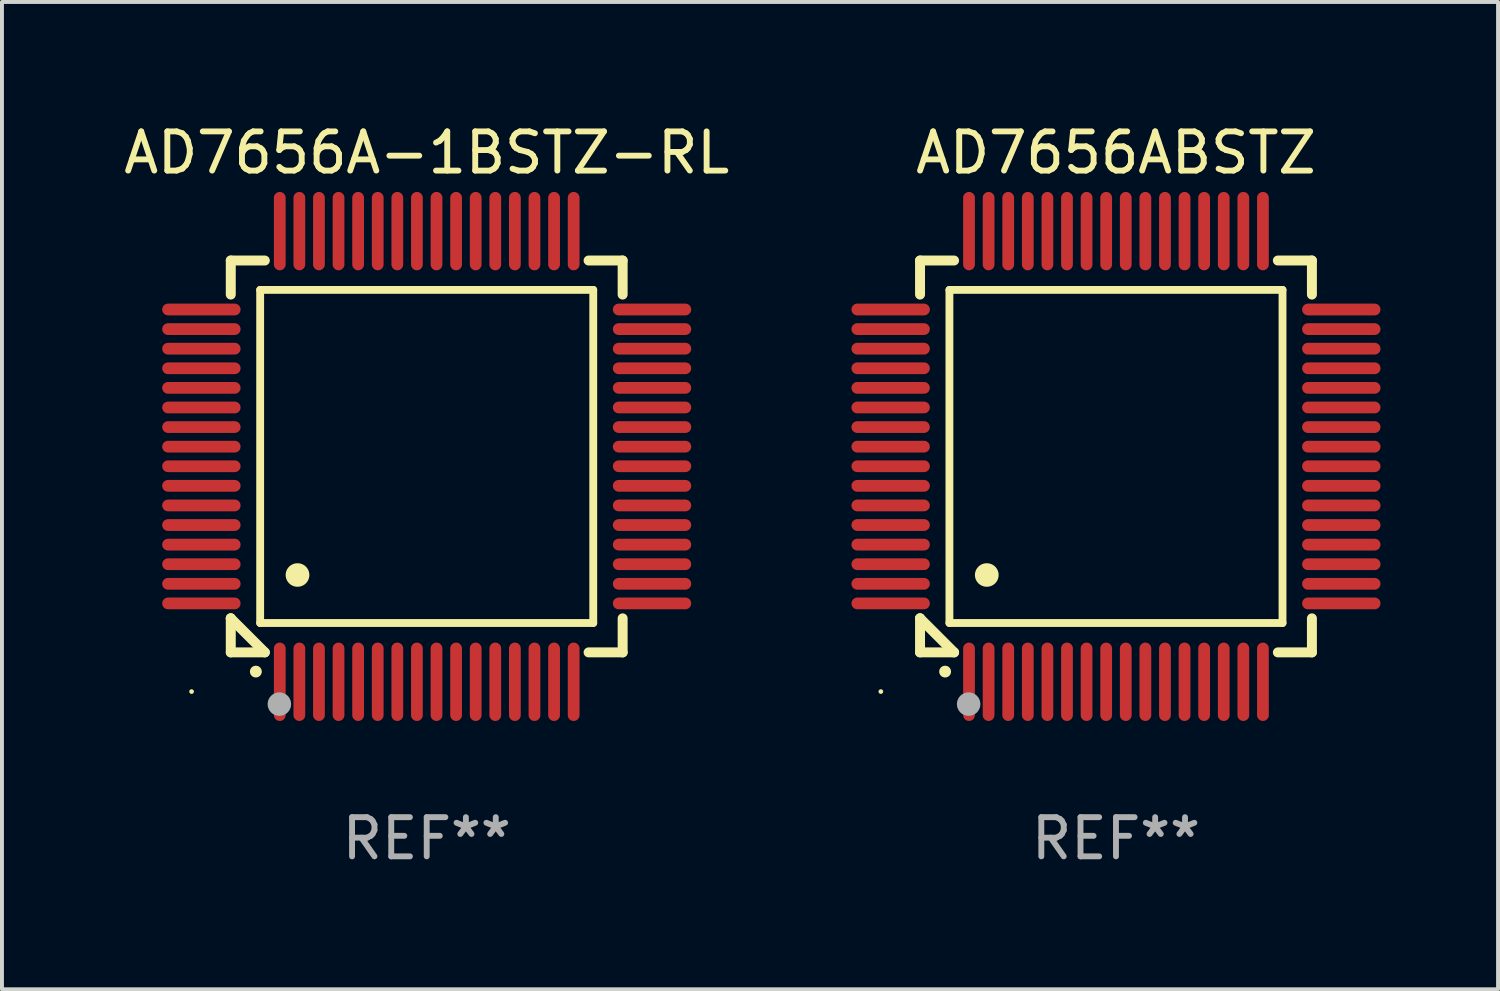
<source format=kicad_pcb>
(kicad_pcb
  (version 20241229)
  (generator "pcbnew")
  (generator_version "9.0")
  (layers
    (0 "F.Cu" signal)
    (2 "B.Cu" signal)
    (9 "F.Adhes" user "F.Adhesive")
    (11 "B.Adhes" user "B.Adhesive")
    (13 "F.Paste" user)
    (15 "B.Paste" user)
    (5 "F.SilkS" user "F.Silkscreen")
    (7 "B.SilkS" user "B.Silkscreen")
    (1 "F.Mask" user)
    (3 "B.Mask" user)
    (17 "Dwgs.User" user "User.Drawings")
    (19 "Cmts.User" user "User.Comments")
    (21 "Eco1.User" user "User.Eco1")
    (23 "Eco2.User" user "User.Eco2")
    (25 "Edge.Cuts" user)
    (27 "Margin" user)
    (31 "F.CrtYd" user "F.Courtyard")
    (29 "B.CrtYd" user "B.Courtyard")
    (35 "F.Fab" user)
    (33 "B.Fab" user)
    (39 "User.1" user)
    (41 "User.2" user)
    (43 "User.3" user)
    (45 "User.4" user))
  (footprint "AD7656ABSTZ"
    (layer "F.Cu")
    (at 25.428 8.598)
    (property "Reference" "AD7656ABSTZ" (at 0 -7.75 0) (layer "F.SilkS") (effects (font (size 1 1) (thickness 0.15))))
    (attr through_hole)
    (fp_line (start -5 -5) (end -4.131 -5) (stroke (width 0.254) (type solid)) (layer "F.SilkS"))
    (fp_line (start -5 -4.131) (end -5 -5) (stroke (width 0.254) (type solid)) (layer "F.SilkS"))
    (fp_line (start -5 4.131) (end -5 4.131) (stroke (width 0.254) (type solid)) (layer "F.SilkS"))
    (fp_line (start -5 5) (end -5 4.131) (stroke (width 0.254) (type solid)) (layer "F.SilkS"))
    (fp_line (start -5 4.131) (end -4.131 5) (stroke (width 0.254) (type solid)) (layer "F.SilkS"))
    (fp_line (start -4.25 -4.25) (end -4.25 4.25) (stroke (width 0.2) (type solid)) (layer "F.SilkS"))
    (fp_line (start -4.25 4.25) (end 4.25 4.25) (stroke (width 0.2) (type solid)) (layer "F.SilkS"))
    (fp_line (start -4.131 5) (end -5 5) (stroke (width 0.254) (type solid)) (layer "F.SilkS"))
    (fp_line (start 4.25 -4.25) (end -4.25 -4.25) (stroke (width 0.2) (type solid)) (layer "F.SilkS"))
    (fp_line (start 4.25 4.25) (end 4.25 -4.25) (stroke (width 0.2) (type solid)) (layer "F.SilkS"))
    (fp_line (start 5 -5) (end 4.131 -5) (stroke (width 0.254) (type solid)) (layer "F.SilkS"))
    (fp_line (start 5 -5) (end 5 -4.131) (stroke (width 0.254) (type solid)) (layer "F.SilkS"))
    (fp_line (start 5 4.131) (end 5 5) (stroke (width 0.254) (type solid)) (layer "F.SilkS"))
    (fp_line (start 5 5) (end 4.131 5) (stroke (width 0.254) (type solid)) (layer "F.SilkS"))
    (fp_arc (start -4.361265 5.489992) (mid -4.359995 5.489987) (end -4.358725 5.489992) (stroke (width 0.3) (type solid)) (layer "F.SilkS"))
    (fp_arc (start -3.299467 3.025146) (mid -3.296927 3.025135) (end -3.294387 3.025146) (stroke (width 0.6) (type solid)) (layer "F.SilkS"))
    (fp_circle (center -6 6) (end -5.97 6) (stroke (width 0.06) (type solid)) (fill no) (layer "F.SilkS"))
    (fp_circle (center -3.76 6.32) (end -3.61 6.32) (stroke (width 0.3) (type solid)) (fill no) (layer "F.Fab"))
    (fp_text user "REF**" (at 0 9.75 0) (layer "F.Fab") (effects (font (size 1 1) (thickness 0.15))))
    (pad "1" smd oval (at -3.75 5.75) (size 0.3 2) (layers "F.Cu" "F.Mask" "F.Paste"))
    (pad "2" smd oval (at -3.25 5.75) (size 0.3 2) (layers "F.Cu" "F.Mask" "F.Paste"))
    (pad "3" smd oval (at -2.75 5.75) (size 0.3 2) (layers "F.Cu" "F.Mask" "F.Paste"))
    (pad "4" smd oval (at -2.25 5.75) (size 0.3 2) (layers "F.Cu" "F.Mask" "F.Paste"))
    (pad "5" smd oval (at -1.75 5.75) (size 0.3 2) (layers "F.Cu" "F.Mask" "F.Paste"))
    (pad "6" smd oval (at -1.25 5.75) (size 0.3 2) (layers "F.Cu" "F.Mask" "F.Paste"))
    (pad "7" smd oval (at -0.75 5.75) (size 0.3 2) (layers "F.Cu" "F.Mask" "F.Paste"))
    (pad "8" smd oval (at -0.25 5.75) (size 0.3 2) (layers "F.Cu" "F.Mask" "F.Paste"))
    (pad "9" smd oval (at 0.25 5.75) (size 0.3 2) (layers "F.Cu" "F.Mask" "F.Paste"))
    (pad "10" smd oval (at 0.75 5.75) (size 0.3 2) (layers "F.Cu" "F.Mask" "F.Paste"))
    (pad "11" smd oval (at 1.25 5.75) (size 0.3 2) (layers "F.Cu" "F.Mask" "F.Paste"))
    (pad "12" smd oval (at 1.75 5.75) (size 0.3 2) (layers "F.Cu" "F.Mask" "F.Paste"))
    (pad "13" smd oval (at 2.25 5.75) (size 0.3 2) (layers "F.Cu" "F.Mask" "F.Paste"))
    (pad "14" smd oval (at 2.75 5.75) (size 0.3 2) (layers "F.Cu" "F.Mask" "F.Paste"))
    (pad "15" smd oval (at 3.25 5.75) (size 0.3 2) (layers "F.Cu" "F.Mask" "F.Paste"))
    (pad "16" smd oval (at 3.75 5.75) (size 0.3 2) (layers "F.Cu" "F.Mask" "F.Paste"))
    (pad "17" smd oval (at 5.75 3.75) (size 2 0.3) (layers "F.Cu" "F.Mask" "F.Paste"))
    (pad "18" smd oval (at 5.75 3.25) (size 2 0.3) (layers "F.Cu" "F.Mask" "F.Paste"))
    (pad "19" smd oval (at 5.75 2.75) (size 2 0.3) (layers "F.Cu" "F.Mask" "F.Paste"))
    (pad "20" smd oval (at 5.75 2.25) (size 2 0.3) (layers "F.Cu" "F.Mask" "F.Paste"))
    (pad "21" smd oval (at 5.75 1.75) (size 2 0.3) (layers "F.Cu" "F.Mask" "F.Paste"))
    (pad "22" smd oval (at 5.75 1.25) (size 2 0.3) (layers "F.Cu" "F.Mask" "F.Paste"))
    (pad "23" smd oval (at 5.75 0.75) (size 2 0.3) (layers "F.Cu" "F.Mask" "F.Paste"))
    (pad "24" smd oval (at 5.75 0.25) (size 2 0.3) (layers "F.Cu" "F.Mask" "F.Paste"))
    (pad "25" smd oval (at 5.75 -0.25) (size 2 0.3) (layers "F.Cu" "F.Mask" "F.Paste"))
    (pad "26" smd oval (at 5.75 -0.75) (size 2 0.3) (layers "F.Cu" "F.Mask" "F.Paste"))
    (pad "27" smd oval (at 5.75 -1.25) (size 2 0.3) (layers "F.Cu" "F.Mask" "F.Paste"))
    (pad "28" smd oval (at 5.75 -1.75) (size 2 0.3) (layers "F.Cu" "F.Mask" "F.Paste"))
    (pad "29" smd oval (at 5.75 -2.25) (size 2 0.3) (layers "F.Cu" "F.Mask" "F.Paste"))
    (pad "30" smd oval (at 5.75 -2.75) (size 2 0.3) (layers "F.Cu" "F.Mask" "F.Paste"))
    (pad "31" smd oval (at 5.75 -3.25) (size 2 0.3) (layers "F.Cu" "F.Mask" "F.Paste"))
    (pad "32" smd oval (at 5.75 -3.75) (size 2 0.3) (layers "F.Cu" "F.Mask" "F.Paste"))
    (pad "33" smd oval (at 3.75 -5.75) (size 0.3 2) (layers "F.Cu" "F.Mask" "F.Paste"))
    (pad "34" smd oval (at 3.25 -5.75) (size 0.3 2) (layers "F.Cu" "F.Mask" "F.Paste"))
    (pad "35" smd oval (at 2.75 -5.75) (size 0.3 2) (layers "F.Cu" "F.Mask" "F.Paste"))
    (pad "36" smd oval (at 2.25 -5.75) (size 0.3 2) (layers "F.Cu" "F.Mask" "F.Paste"))
    (pad "37" smd oval (at 1.75 -5.75) (size 0.3 2) (layers "F.Cu" "F.Mask" "F.Paste"))
    (pad "38" smd oval (at 1.25 -5.75) (size 0.3 2) (layers "F.Cu" "F.Mask" "F.Paste"))
    (pad "39" smd oval (at 0.75 -5.75) (size 0.3 2) (layers "F.Cu" "F.Mask" "F.Paste"))
    (pad "40" smd oval (at 0.25 -5.75) (size 0.3 2) (layers "F.Cu" "F.Mask" "F.Paste"))
    (pad "41" smd oval (at -0.25 -5.75) (size 0.3 2) (layers "F.Cu" "F.Mask" "F.Paste"))
    (pad "42" smd oval (at -0.75 -5.75) (size 0.3 2) (layers "F.Cu" "F.Mask" "F.Paste"))
    (pad "43" smd oval (at -1.25 -5.75) (size 0.3 2) (layers "F.Cu" "F.Mask" "F.Paste"))
    (pad "44" smd oval (at -1.75 -5.75) (size 0.3 2) (layers "F.Cu" "F.Mask" "F.Paste"))
    (pad "45" smd oval (at -2.25 -5.75) (size 0.3 2) (layers "F.Cu" "F.Mask" "F.Paste"))
    (pad "46" smd oval (at -2.75 -5.75) (size 0.3 2) (layers "F.Cu" "F.Mask" "F.Paste"))
    (pad "47" smd oval (at -3.25 -5.75) (size 0.3 2) (layers "F.Cu" "F.Mask" "F.Paste"))
    (pad "48" smd oval (at -3.75 -5.75) (size 0.3 2) (layers "F.Cu" "F.Mask" "F.Paste"))
    (pad "49" smd oval (at -5.75 -3.75) (size 2 0.3) (layers "F.Cu" "F.Mask" "F.Paste"))
    (pad "50" smd oval (at -5.75 -3.25) (size 2 0.3) (layers "F.Cu" "F.Mask" "F.Paste"))
    (pad "51" smd oval (at -5.75 -2.75) (size 2 0.3) (layers "F.Cu" "F.Mask" "F.Paste"))
    (pad "52" smd oval (at -5.75 -2.25) (size 2 0.3) (layers "F.Cu" "F.Mask" "F.Paste"))
    (pad "53" smd oval (at -5.75 -1.75) (size 2 0.3) (layers "F.Cu" "F.Mask" "F.Paste"))
    (pad "54" smd oval (at -5.75 -1.25) (size 2 0.3) (layers "F.Cu" "F.Mask" "F.Paste"))
    (pad "55" smd oval (at -5.75 -0.75) (size 2 0.3) (layers "F.Cu" "F.Mask" "F.Paste"))
    (pad "56" smd oval (at -5.75 -0.25) (size 2 0.3) (layers "F.Cu" "F.Mask" "F.Paste"))
    (pad "57" smd oval (at -5.75 0.25) (size 2 0.3) (layers "F.Cu" "F.Mask" "F.Paste"))
    (pad "58" smd oval (at -5.75 0.75) (size 2 0.3) (layers "F.Cu" "F.Mask" "F.Paste"))
    (pad "59" smd oval (at -5.75 1.25) (size 2 0.3) (layers "F.Cu" "F.Mask" "F.Paste"))
    (pad "60" smd oval (at -5.75 1.75) (size 2 0.3) (layers "F.Cu" "F.Mask" "F.Paste"))
    (pad "61" smd oval (at -5.75 2.25) (size 2 0.3) (layers "F.Cu" "F.Mask" "F.Paste"))
    (pad "62" smd oval (at -5.75 2.75) (size 2 0.3) (layers "F.Cu" "F.Mask" "F.Paste"))
    (pad "63" smd oval (at -5.75 3.25) (size 2 0.3) (layers "F.Cu" "F.Mask" "F.Paste"))
    (pad "64" smd oval (at -5.75 3.75) (size 2 0.3) (layers "F.Cu" "F.Mask" "F.Paste")))
  (footprint "AD7656A-1BSTZ-RL"
    (layer "F.Cu")
    (at 7.839 8.598)
    (property "Reference" "AD7656A-1BSTZ-RL" (at 0 -7.75 0) (layer "F.SilkS") (effects (font (size 1 1) (thickness 0.15))))
    (attr through_hole)
    (fp_line (start -5 -5) (end -4.131 -5) (stroke (width 0.254) (type solid)) (layer "F.SilkS"))
    (fp_line (start -5 -4.131) (end -5 -5) (stroke (width 0.254) (type solid)) (layer "F.SilkS"))
    (fp_line (start -5 4.131) (end -5 4.131) (stroke (width 0.254) (type solid)) (layer "F.SilkS"))
    (fp_line (start -5 5) (end -5 4.131) (stroke (width 0.254) (type solid)) (layer "F.SilkS"))
    (fp_line (start -5 4.131) (end -4.131 5) (stroke (width 0.254) (type solid)) (layer "F.SilkS"))
    (fp_line (start -4.25 -4.25) (end -4.25 4.25) (stroke (width 0.2) (type solid)) (layer "F.SilkS"))
    (fp_line (start -4.25 4.25) (end 4.25 4.25) (stroke (width 0.2) (type solid)) (layer "F.SilkS"))
    (fp_line (start -4.131 5) (end -5 5) (stroke (width 0.254) (type solid)) (layer "F.SilkS"))
    (fp_line (start 4.25 -4.25) (end -4.25 -4.25) (stroke (width 0.2) (type solid)) (layer "F.SilkS"))
    (fp_line (start 4.25 4.25) (end 4.25 -4.25) (stroke (width 0.2) (type solid)) (layer "F.SilkS"))
    (fp_line (start 5 -5) (end 4.131 -5) (stroke (width 0.254) (type solid)) (layer "F.SilkS"))
    (fp_line (start 5 -5) (end 5 -4.131) (stroke (width 0.254) (type solid)) (layer "F.SilkS"))
    (fp_line (start 5 4.131) (end 5 5) (stroke (width 0.254) (type solid)) (layer "F.SilkS"))
    (fp_line (start 5 5) (end 4.131 5) (stroke (width 0.254) (type solid)) (layer "F.SilkS"))
    (fp_arc (start -4.361265 5.489992) (mid -4.359995 5.489987) (end -4.358725 5.489992) (stroke (width 0.3) (type solid)) (layer "F.SilkS"))
    (fp_arc (start -3.299467 3.025146) (mid -3.296927 3.025135) (end -3.294387 3.025146) (stroke (width 0.6) (type solid)) (layer "F.SilkS"))
    (fp_circle (center -6 6) (end -5.97 6) (stroke (width 0.06) (type solid)) (fill no) (layer "F.SilkS"))
    (fp_circle (center -3.76 6.32) (end -3.61 6.32) (stroke (width 0.3) (type solid)) (fill no) (layer "F.Fab"))
    (fp_text user "REF**" (at 0 9.75 0) (layer "F.Fab") (effects (font (size 1 1) (thickness 0.15))))
    (pad "1" smd oval (at -3.75 5.75) (size 0.3 2) (layers "F.Cu" "F.Mask" "F.Paste"))
    (pad "2" smd oval (at -3.25 5.75) (size 0.3 2) (layers "F.Cu" "F.Mask" "F.Paste"))
    (pad "3" smd oval (at -2.75 5.75) (size 0.3 2) (layers "F.Cu" "F.Mask" "F.Paste"))
    (pad "4" smd oval (at -2.25 5.75) (size 0.3 2) (layers "F.Cu" "F.Mask" "F.Paste"))
    (pad "5" smd oval (at -1.75 5.75) (size 0.3 2) (layers "F.Cu" "F.Mask" "F.Paste"))
    (pad "6" smd oval (at -1.25 5.75) (size 0.3 2) (layers "F.Cu" "F.Mask" "F.Paste"))
    (pad "7" smd oval (at -0.75 5.75) (size 0.3 2) (layers "F.Cu" "F.Mask" "F.Paste"))
    (pad "8" smd oval (at -0.25 5.75) (size 0.3 2) (layers "F.Cu" "F.Mask" "F.Paste"))
    (pad "9" smd oval (at 0.25 5.75) (size 0.3 2) (layers "F.Cu" "F.Mask" "F.Paste"))
    (pad "10" smd oval (at 0.75 5.75) (size 0.3 2) (layers "F.Cu" "F.Mask" "F.Paste"))
    (pad "11" smd oval (at 1.25 5.75) (size 0.3 2) (layers "F.Cu" "F.Mask" "F.Paste"))
    (pad "12" smd oval (at 1.75 5.75) (size 0.3 2) (layers "F.Cu" "F.Mask" "F.Paste"))
    (pad "13" smd oval (at 2.25 5.75) (size 0.3 2) (layers "F.Cu" "F.Mask" "F.Paste"))
    (pad "14" smd oval (at 2.75 5.75) (size 0.3 2) (layers "F.Cu" "F.Mask" "F.Paste"))
    (pad "15" smd oval (at 3.25 5.75) (size 0.3 2) (layers "F.Cu" "F.Mask" "F.Paste"))
    (pad "16" smd oval (at 3.75 5.75) (size 0.3 2) (layers "F.Cu" "F.Mask" "F.Paste"))
    (pad "17" smd oval (at 5.75 3.75) (size 2 0.3) (layers "F.Cu" "F.Mask" "F.Paste"))
    (pad "18" smd oval (at 5.75 3.25) (size 2 0.3) (layers "F.Cu" "F.Mask" "F.Paste"))
    (pad "19" smd oval (at 5.75 2.75) (size 2 0.3) (layers "F.Cu" "F.Mask" "F.Paste"))
    (pad "20" smd oval (at 5.75 2.25) (size 2 0.3) (layers "F.Cu" "F.Mask" "F.Paste"))
    (pad "21" smd oval (at 5.75 1.75) (size 2 0.3) (layers "F.Cu" "F.Mask" "F.Paste"))
    (pad "22" smd oval (at 5.75 1.25) (size 2 0.3) (layers "F.Cu" "F.Mask" "F.Paste"))
    (pad "23" smd oval (at 5.75 0.75) (size 2 0.3) (layers "F.Cu" "F.Mask" "F.Paste"))
    (pad "24" smd oval (at 5.75 0.25) (size 2 0.3) (layers "F.Cu" "F.Mask" "F.Paste"))
    (pad "25" smd oval (at 5.75 -0.25) (size 2 0.3) (layers "F.Cu" "F.Mask" "F.Paste"))
    (pad "26" smd oval (at 5.75 -0.75) (size 2 0.3) (layers "F.Cu" "F.Mask" "F.Paste"))
    (pad "27" smd oval (at 5.75 -1.25) (size 2 0.3) (layers "F.Cu" "F.Mask" "F.Paste"))
    (pad "28" smd oval (at 5.75 -1.75) (size 2 0.3) (layers "F.Cu" "F.Mask" "F.Paste"))
    (pad "29" smd oval (at 5.75 -2.25) (size 2 0.3) (layers "F.Cu" "F.Mask" "F.Paste"))
    (pad "30" smd oval (at 5.75 -2.75) (size 2 0.3) (layers "F.Cu" "F.Mask" "F.Paste"))
    (pad "31" smd oval (at 5.75 -3.25) (size 2 0.3) (layers "F.Cu" "F.Mask" "F.Paste"))
    (pad "32" smd oval (at 5.75 -3.75) (size 2 0.3) (layers "F.Cu" "F.Mask" "F.Paste"))
    (pad "33" smd oval (at 3.75 -5.75) (size 0.3 2) (layers "F.Cu" "F.Mask" "F.Paste"))
    (pad "34" smd oval (at 3.25 -5.75) (size 0.3 2) (layers "F.Cu" "F.Mask" "F.Paste"))
    (pad "35" smd oval (at 2.75 -5.75) (size 0.3 2) (layers "F.Cu" "F.Mask" "F.Paste"))
    (pad "36" smd oval (at 2.25 -5.75) (size 0.3 2) (layers "F.Cu" "F.Mask" "F.Paste"))
    (pad "37" smd oval (at 1.75 -5.75) (size 0.3 2) (layers "F.Cu" "F.Mask" "F.Paste"))
    (pad "38" smd oval (at 1.25 -5.75) (size 0.3 2) (layers "F.Cu" "F.Mask" "F.Paste"))
    (pad "39" smd oval (at 0.75 -5.75) (size 0.3 2) (layers "F.Cu" "F.Mask" "F.Paste"))
    (pad "40" smd oval (at 0.25 -5.75) (size 0.3 2) (layers "F.Cu" "F.Mask" "F.Paste"))
    (pad "41" smd oval (at -0.25 -5.75) (size 0.3 2) (layers "F.Cu" "F.Mask" "F.Paste"))
    (pad "42" smd oval (at -0.75 -5.75) (size 0.3 2) (layers "F.Cu" "F.Mask" "F.Paste"))
    (pad "43" smd oval (at -1.25 -5.75) (size 0.3 2) (layers "F.Cu" "F.Mask" "F.Paste"))
    (pad "44" smd oval (at -1.75 -5.75) (size 0.3 2) (layers "F.Cu" "F.Mask" "F.Paste"))
    (pad "45" smd oval (at -2.25 -5.75) (size 0.3 2) (layers "F.Cu" "F.Mask" "F.Paste"))
    (pad "46" smd oval (at -2.75 -5.75) (size 0.3 2) (layers "F.Cu" "F.Mask" "F.Paste"))
    (pad "47" smd oval (at -3.25 -5.75) (size 0.3 2) (layers "F.Cu" "F.Mask" "F.Paste"))
    (pad "48" smd oval (at -3.75 -5.75) (size 0.3 2) (layers "F.Cu" "F.Mask" "F.Paste"))
    (pad "49" smd oval (at -5.75 -3.75) (size 2 0.3) (layers "F.Cu" "F.Mask" "F.Paste"))
    (pad "50" smd oval (at -5.75 -3.25) (size 2 0.3) (layers "F.Cu" "F.Mask" "F.Paste"))
    (pad "51" smd oval (at -5.75 -2.75) (size 2 0.3) (layers "F.Cu" "F.Mask" "F.Paste"))
    (pad "52" smd oval (at -5.75 -2.25) (size 2 0.3) (layers "F.Cu" "F.Mask" "F.Paste"))
    (pad "53" smd oval (at -5.75 -1.75) (size 2 0.3) (layers "F.Cu" "F.Mask" "F.Paste"))
    (pad "54" smd oval (at -5.75 -1.25) (size 2 0.3) (layers "F.Cu" "F.Mask" "F.Paste"))
    (pad "55" smd oval (at -5.75 -0.75) (size 2 0.3) (layers "F.Cu" "F.Mask" "F.Paste"))
    (pad "56" smd oval (at -5.75 -0.25) (size 2 0.3) (layers "F.Cu" "F.Mask" "F.Paste"))
    (pad "57" smd oval (at -5.75 0.25) (size 2 0.3) (layers "F.Cu" "F.Mask" "F.Paste"))
    (pad "58" smd oval (at -5.75 0.75) (size 2 0.3) (layers "F.Cu" "F.Mask" "F.Paste"))
    (pad "59" smd oval (at -5.75 1.25) (size 2 0.3) (layers "F.Cu" "F.Mask" "F.Paste"))
    (pad "60" smd oval (at -5.75 1.75) (size 2 0.3) (layers "F.Cu" "F.Mask" "F.Paste"))
    (pad "61" smd oval (at -5.75 2.25) (size 2 0.3) (layers "F.Cu" "F.Mask" "F.Paste"))
    (pad "62" smd oval (at -5.75 2.75) (size 2 0.3) (layers "F.Cu" "F.Mask" "F.Paste"))
    (pad "63" smd oval (at -5.75 3.25) (size 2 0.3) (layers "F.Cu" "F.Mask" "F.Paste"))
    (pad "64" smd oval (at -5.75 3.75) (size 2 0.3) (layers "F.Cu" "F.Mask" "F.Paste")))
  (gr_rect
    (start -3 -3)
    (end 35.178 22.196)
    (stroke (width 0.1) (type default))
    (fill no)
    (layer "Edge.Cuts")))
</source>
